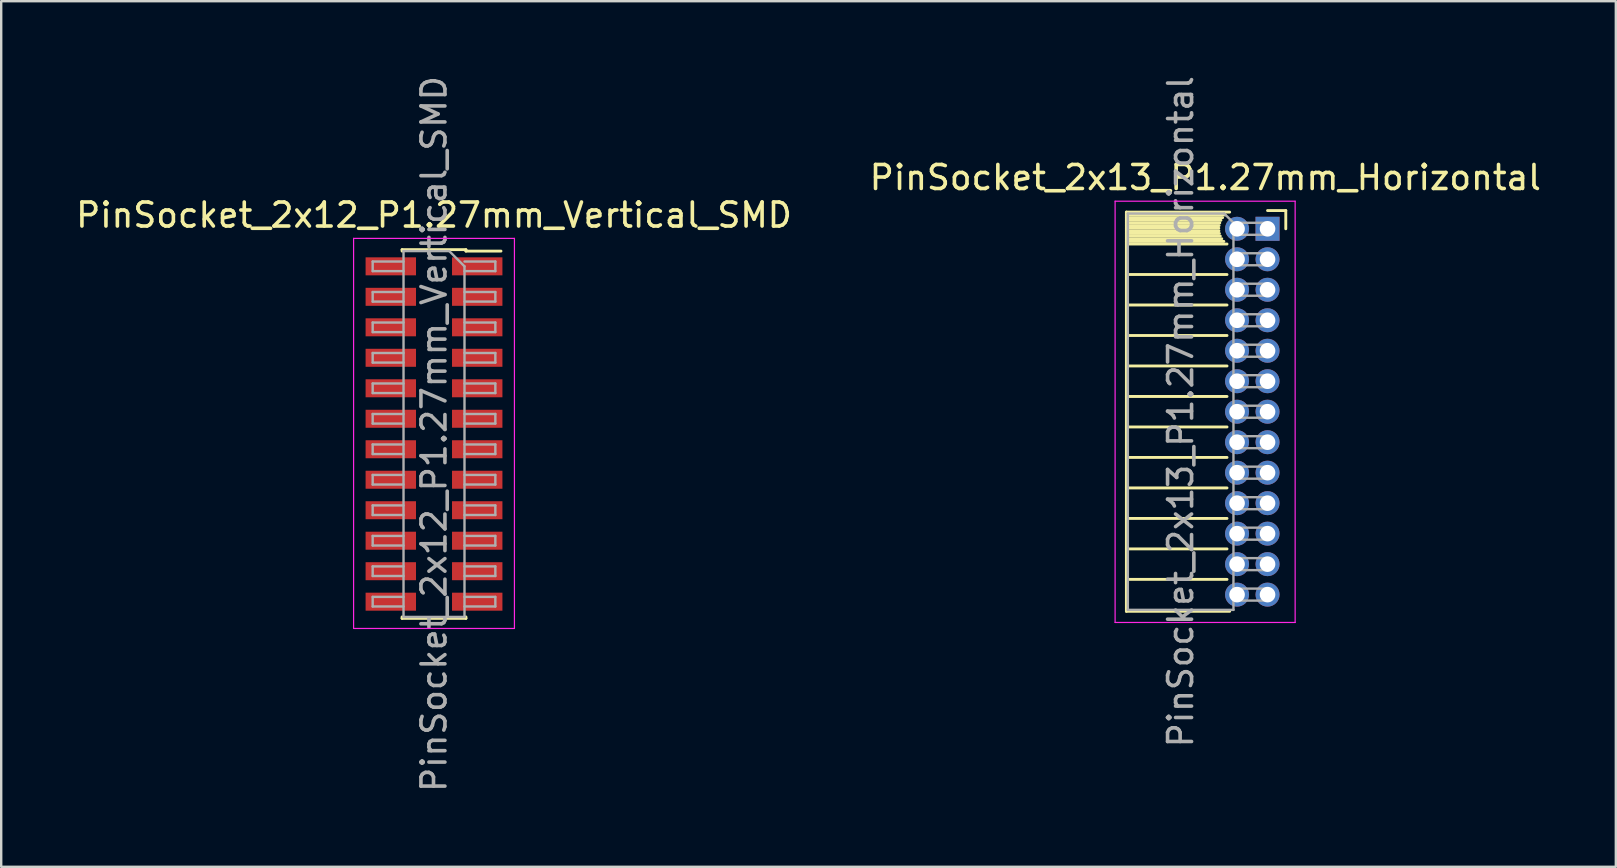
<source format=kicad_pcb>
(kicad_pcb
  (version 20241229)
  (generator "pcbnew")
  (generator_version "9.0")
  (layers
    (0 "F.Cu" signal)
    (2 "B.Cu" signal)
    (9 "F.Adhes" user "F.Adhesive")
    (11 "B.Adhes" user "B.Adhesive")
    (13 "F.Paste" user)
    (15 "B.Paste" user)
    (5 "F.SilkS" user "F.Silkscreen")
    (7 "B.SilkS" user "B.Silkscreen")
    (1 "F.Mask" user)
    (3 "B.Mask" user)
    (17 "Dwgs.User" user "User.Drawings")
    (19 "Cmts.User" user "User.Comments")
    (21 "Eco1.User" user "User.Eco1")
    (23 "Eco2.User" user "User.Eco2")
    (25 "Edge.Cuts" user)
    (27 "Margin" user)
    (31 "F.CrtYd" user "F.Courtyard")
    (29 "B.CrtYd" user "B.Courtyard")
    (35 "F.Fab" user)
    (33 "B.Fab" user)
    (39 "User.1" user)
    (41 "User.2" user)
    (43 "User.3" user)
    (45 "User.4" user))
  (footprint "PinSocket_2x13_P1.27mm_Horizontal"
    (layer "F.Cu")
    (at 49.753 6.481)
    (property "Reference" "PinSocket_2x13_P1.27mm_Horizontal" (at -2.592 -2.135 0) (layer "F.SilkS") (effects (font (size 1 1) (thickness 0.15))))
    (attr through_hole)
    (fp_line (start -5.88 -0.695) (end -5.88 15.935) (stroke (width 0.12) (type solid)) (layer "F.SilkS"))
    (fp_line (start -5.88 -0.695) (end -1.578 -0.695) (stroke (width 0.12) (type solid)) (layer "F.SilkS"))
    (fp_line (start -5.88 -0.575) (end -1.767 -0.575) (stroke (width 0.12) (type solid)) (layer "F.SilkS"))
    (fp_line (start -5.88 -0.465) (end -1.871 -0.465) (stroke (width 0.12) (type solid)) (layer "F.SilkS"))
    (fp_line (start -5.88 -0.355) (end -1.942 -0.355) (stroke (width 0.12) (type solid)) (layer "F.SilkS"))
    (fp_line (start -5.88 -0.245) (end -1.989 -0.245) (stroke (width 0.12) (type solid)) (layer "F.SilkS"))
    (fp_line (start -5.88 -0.135) (end -2.018 -0.135) (stroke (width 0.12) (type solid)) (layer "F.SilkS"))
    (fp_line (start -5.88 -0.025) (end -2.03 -0.025) (stroke (width 0.12) (type solid)) (layer "F.SilkS"))
    (fp_line (start -5.88 0.085) (end -2.025 0.085) (stroke (width 0.12) (type solid)) (layer "F.SilkS"))
    (fp_line (start -5.88 0.195) (end -2.005 0.195) (stroke (width 0.12) (type solid)) (layer "F.SilkS"))
    (fp_line (start -5.88 0.305) (end -1.966 0.305) (stroke (width 0.12) (type solid)) (layer "F.SilkS"))
    (fp_line (start -5.88 0.415) (end -1.907 0.415) (stroke (width 0.12) (type solid)) (layer "F.SilkS"))
    (fp_line (start -5.88 0.525) (end -1.82 0.525) (stroke (width 0.12) (type solid)) (layer "F.SilkS"))
    (fp_line (start -5.88 0.635) (end -1.688 0.635) (stroke (width 0.12) (type solid)) (layer "F.SilkS"))
    (fp_line (start -5.88 1.905) (end -1.688 1.905) (stroke (width 0.12) (type solid)) (layer "F.SilkS"))
    (fp_line (start -5.88 3.175) (end -1.688 3.175) (stroke (width 0.12) (type solid)) (layer "F.SilkS"))
    (fp_line (start -5.88 4.445) (end -1.688 4.445) (stroke (width 0.12) (type solid)) (layer "F.SilkS"))
    (fp_line (start -5.88 5.715) (end -1.688 5.715) (stroke (width 0.12) (type solid)) (layer "F.SilkS"))
    (fp_line (start -5.88 6.985) (end -1.688 6.985) (stroke (width 0.12) (type solid)) (layer "F.SilkS"))
    (fp_line (start -5.88 8.255) (end -1.688 8.255) (stroke (width 0.12) (type solid)) (layer "F.SilkS"))
    (fp_line (start -5.88 9.525) (end -1.688 9.525) (stroke (width 0.12) (type solid)) (layer "F.SilkS"))
    (fp_line (start -5.88 10.795) (end -1.688 10.795) (stroke (width 0.12) (type solid)) (layer "F.SilkS"))
    (fp_line (start -5.88 12.065) (end -1.688 12.065) (stroke (width 0.12) (type solid)) (layer "F.SilkS"))
    (fp_line (start -5.88 13.335) (end -1.688 13.335) (stroke (width 0.12) (type solid)) (layer "F.SilkS"))
    (fp_line (start -5.88 14.605) (end -1.688 14.605) (stroke (width 0.12) (type solid)) (layer "F.SilkS"))
    (fp_line (start -5.88 15.935) (end -1.578 15.935) (stroke (width 0.12) (type solid)) (layer "F.SilkS"))
    (fp_line (start 0 -0.76) (end 0.76 -0.76) (stroke (width 0.12) (type solid)) (layer "F.SilkS"))
    (fp_line (start 0.76 -0.76) (end 0.76 0) (stroke (width 0.12) (type solid)) (layer "F.SilkS"))
    (fp_line (start -6.35 -1.15) (end -6.35 16.4) (stroke (width 0.05) (type solid)) (layer "F.CrtYd"))
    (fp_line (start -6.35 16.4) (end 1.15 16.4) (stroke (width 0.05) (type solid)) (layer "F.CrtYd"))
    (fp_line (start 1.15 -1.15) (end -6.35 -1.15) (stroke (width 0.05) (type solid)) (layer "F.CrtYd"))
    (fp_line (start 1.15 16.4) (end 1.15 -1.15) (stroke (width 0.05) (type solid)) (layer "F.CrtYd"))
    (fp_line (start -5.82 -0.635) (end -1.805 -0.635) (stroke (width 0.1) (type solid)) (layer "F.Fab"))
    (fp_line (start -5.82 15.875) (end -5.82 -0.635) (stroke (width 0.1) (type solid)) (layer "F.Fab"))
    (fp_line (start -1.805 -0.635) (end -1.42 -0.25) (stroke (width 0.1) (type solid)) (layer "F.Fab"))
    (fp_line (start -1.42 -0.25) (end -1.42 15.875) (stroke (width 0.1) (type solid)) (layer "F.Fab"))
    (fp_line (start -1.42 0.25) (end 0 0.25) (stroke (width 0.1) (type solid)) (layer "F.Fab"))
    (fp_line (start -1.42 1.52) (end 0 1.52) (stroke (width 0.1) (type solid)) (layer "F.Fab"))
    (fp_line (start -1.42 2.79) (end 0 2.79) (stroke (width 0.1) (type solid)) (layer "F.Fab"))
    (fp_line (start -1.42 4.06) (end 0 4.06) (stroke (width 0.1) (type solid)) (layer "F.Fab"))
    (fp_line (start -1.42 5.33) (end 0 5.33) (stroke (width 0.1) (type solid)) (layer "F.Fab"))
    (fp_line (start -1.42 6.6) (end 0 6.6) (stroke (width 0.1) (type solid)) (layer "F.Fab"))
    (fp_line (start -1.42 7.87) (end 0 7.87) (stroke (width 0.1) (type solid)) (layer "F.Fab"))
    (fp_line (start -1.42 9.14) (end 0 9.14) (stroke (width 0.1) (type solid)) (layer "F.Fab"))
    (fp_line (start -1.42 10.41) (end 0 10.41) (stroke (width 0.1) (type solid)) (layer "F.Fab"))
    (fp_line (start -1.42 11.68) (end 0 11.68) (stroke (width 0.1) (type solid)) (layer "F.Fab"))
    (fp_line (start -1.42 12.95) (end 0 12.95) (stroke (width 0.1) (type solid)) (layer "F.Fab"))
    (fp_line (start -1.42 14.22) (end 0 14.22) (stroke (width 0.1) (type solid)) (layer "F.Fab"))
    (fp_line (start -1.42 15.49) (end 0 15.49) (stroke (width 0.1) (type solid)) (layer "F.Fab"))
    (fp_line (start -1.42 15.875) (end -5.82 15.875) (stroke (width 0.1) (type solid)) (layer "F.Fab"))
    (fp_line (start 0 -0.25) (end -1.42 -0.25) (stroke (width 0.1) (type solid)) (layer "F.Fab"))
    (fp_line (start 0 0.25) (end 0 -0.25) (stroke (width 0.1) (type solid)) (layer "F.Fab"))
    (fp_line (start 0 1.02) (end -1.42 1.02) (stroke (width 0.1) (type solid)) (layer "F.Fab"))
    (fp_line (start 0 1.52) (end 0 1.02) (stroke (width 0.1) (type solid)) (layer "F.Fab"))
    (fp_line (start 0 2.29) (end -1.42 2.29) (stroke (width 0.1) (type solid)) (layer "F.Fab"))
    (fp_line (start 0 2.79) (end 0 2.29) (stroke (width 0.1) (type solid)) (layer "F.Fab"))
    (fp_line (start 0 3.56) (end -1.42 3.56) (stroke (width 0.1) (type solid)) (layer "F.Fab"))
    (fp_line (start 0 4.06) (end 0 3.56) (stroke (width 0.1) (type solid)) (layer "F.Fab"))
    (fp_line (start 0 4.83) (end -1.42 4.83) (stroke (width 0.1) (type solid)) (layer "F.Fab"))
    (fp_line (start 0 5.33) (end 0 4.83) (stroke (width 0.1) (type solid)) (layer "F.Fab"))
    (fp_line (start 0 6.1) (end -1.42 6.1) (stroke (width 0.1) (type solid)) (layer "F.Fab"))
    (fp_line (start 0 6.6) (end 0 6.1) (stroke (width 0.1) (type solid)) (layer "F.Fab"))
    (fp_line (start 0 7.37) (end -1.42 7.37) (stroke (width 0.1) (type solid)) (layer "F.Fab"))
    (fp_line (start 0 7.87) (end 0 7.37) (stroke (width 0.1) (type solid)) (layer "F.Fab"))
    (fp_line (start 0 8.64) (end -1.42 8.64) (stroke (width 0.1) (type solid)) (layer "F.Fab"))
    (fp_line (start 0 9.14) (end 0 8.64) (stroke (width 0.1) (type solid)) (layer "F.Fab"))
    (fp_line (start 0 9.91) (end -1.42 9.91) (stroke (width 0.1) (type solid)) (layer "F.Fab"))
    (fp_line (start 0 10.41) (end 0 9.91) (stroke (width 0.1) (type solid)) (layer "F.Fab"))
    (fp_line (start 0 11.18) (end -1.42 11.18) (stroke (width 0.1) (type solid)) (layer "F.Fab"))
    (fp_line (start 0 11.68) (end 0 11.18) (stroke (width 0.1) (type solid)) (layer "F.Fab"))
    (fp_line (start 0 12.45) (end -1.42 12.45) (stroke (width 0.1) (type solid)) (layer "F.Fab"))
    (fp_line (start 0 12.95) (end 0 12.45) (stroke (width 0.1) (type solid)) (layer "F.Fab"))
    (fp_line (start 0 13.72) (end -1.42 13.72) (stroke (width 0.1) (type solid)) (layer "F.Fab"))
    (fp_line (start 0 14.22) (end 0 13.72) (stroke (width 0.1) (type solid)) (layer "F.Fab"))
    (fp_line (start 0 14.99) (end -1.42 14.99) (stroke (width 0.1) (type solid)) (layer "F.Fab"))
    (fp_line (start 0 15.49) (end 0 14.99) (stroke (width 0.1) (type solid)) (layer "F.Fab"))
    (fp_text user "${REFERENCE}" (at -3.62 7.62 90) (layer "F.Fab") (effects (font (size 1 1) (thickness 0.15))))
    (pad "1" thru_hole rect (at 0 0) (size 1 1) (drill 0.65) (layers "*.Cu" "*.Mask"))
    (pad "2" thru_hole oval (at -1.27 0) (size 1 1) (drill 0.65) (layers "*.Cu" "*.Mask"))
    (pad "3" thru_hole oval (at 0 1.27) (size 1 1) (drill 0.65) (layers "*.Cu" "*.Mask"))
    (pad "4" thru_hole oval (at -1.27 1.27) (size 1 1) (drill 0.65) (layers "*.Cu" "*.Mask"))
    (pad "5" thru_hole oval (at 0 2.54) (size 1 1) (drill 0.65) (layers "*.Cu" "*.Mask"))
    (pad "6" thru_hole oval (at -1.27 2.54) (size 1 1) (drill 0.65) (layers "*.Cu" "*.Mask"))
    (pad "7" thru_hole oval (at 0 3.81) (size 1 1) (drill 0.65) (layers "*.Cu" "*.Mask"))
    (pad "8" thru_hole oval (at -1.27 3.81) (size 1 1) (drill 0.65) (layers "*.Cu" "*.Mask"))
    (pad "9" thru_hole oval (at 0 5.08) (size 1 1) (drill 0.65) (layers "*.Cu" "*.Mask"))
    (pad "10" thru_hole oval (at -1.27 5.08) (size 1 1) (drill 0.65) (layers "*.Cu" "*.Mask"))
    (pad "11" thru_hole oval (at 0 6.35) (size 1 1) (drill 0.65) (layers "*.Cu" "*.Mask"))
    (pad "12" thru_hole oval (at -1.27 6.35) (size 1 1) (drill 0.65) (layers "*.Cu" "*.Mask"))
    (pad "13" thru_hole oval (at 0 7.62) (size 1 1) (drill 0.65) (layers "*.Cu" "*.Mask"))
    (pad "14" thru_hole oval (at -1.27 7.62) (size 1 1) (drill 0.65) (layers "*.Cu" "*.Mask"))
    (pad "15" thru_hole oval (at 0 8.89) (size 1 1) (drill 0.65) (layers "*.Cu" "*.Mask"))
    (pad "16" thru_hole oval (at -1.27 8.89) (size 1 1) (drill 0.65) (layers "*.Cu" "*.Mask"))
    (pad "17" thru_hole oval (at 0 10.16) (size 1 1) (drill 0.65) (layers "*.Cu" "*.Mask"))
    (pad "18" thru_hole oval (at -1.27 10.16) (size 1 1) (drill 0.65) (layers "*.Cu" "*.Mask"))
    (pad "19" thru_hole oval (at 0 11.43) (size 1 1) (drill 0.65) (layers "*.Cu" "*.Mask"))
    (pad "20" thru_hole oval (at -1.27 11.43) (size 1 1) (drill 0.65) (layers "*.Cu" "*.Mask"))
    (pad "21" thru_hole oval (at 0 12.7) (size 1 1) (drill 0.65) (layers "*.Cu" "*.Mask"))
    (pad "22" thru_hole oval (at -1.27 12.7) (size 1 1) (drill 0.65) (layers "*.Cu" "*.Mask"))
    (pad "23" thru_hole oval (at 0 13.97) (size 1 1) (drill 0.65) (layers "*.Cu" "*.Mask"))
    (pad "24" thru_hole oval (at -1.27 13.97) (size 1 1) (drill 0.65) (layers "*.Cu" "*.Mask"))
    (pad "25" thru_hole oval (at 0 15.24) (size 1 1) (drill 0.65) (layers "*.Cu" "*.Mask"))
    (pad "26" thru_hole oval (at -1.27 15.24) (size 1 1) (drill 0.65) (layers "*.Cu" "*.Mask")))
  (footprint "PinSocket_2x12_P1.27mm_Vertical_SMD"
    (layer "F.Cu")
    (at 15.03 15.03)
    (property "Reference" "PinSocket_2x12_P1.27mm_Vertical_SMD" (at 0 -9.12 0) (layer "F.SilkS") (effects (font (size 1 1) (thickness 0.15))))
    (attr smd)
    (fp_line (start -1.33 -7.68) (end -1.33 -7.62) (stroke (width 0.12) (type solid)) (layer "F.SilkS"))
    (fp_line (start -1.33 -7.68) (end 1.33 -7.68) (stroke (width 0.12) (type solid)) (layer "F.SilkS"))
    (fp_line (start -1.33 7.62) (end -1.33 7.68) (stroke (width 0.12) (type solid)) (layer "F.SilkS"))
    (fp_line (start -1.33 7.68) (end 1.33 7.68) (stroke (width 0.12) (type solid)) (layer "F.SilkS"))
    (fp_line (start 1.33 -7.68) (end 1.33 -7.62) (stroke (width 0.12) (type solid)) (layer "F.SilkS"))
    (fp_line (start 1.33 -7.62) (end 2.79 -7.62) (stroke (width 0.12) (type solid)) (layer "F.SilkS"))
    (fp_line (start 1.33 7.62) (end 1.33 7.68) (stroke (width 0.12) (type solid)) (layer "F.SilkS"))
    (fp_line (start -3.35 -8.15) (end 3.35 -8.15) (stroke (width 0.05) (type solid)) (layer "F.CrtYd"))
    (fp_line (start -3.35 8.1) (end -3.35 -8.15) (stroke (width 0.05) (type solid)) (layer "F.CrtYd"))
    (fp_line (start 3.35 -8.15) (end 3.35 8.1) (stroke (width 0.05) (type solid)) (layer "F.CrtYd"))
    (fp_line (start 3.35 8.1) (end -3.35 8.1) (stroke (width 0.05) (type solid)) (layer "F.CrtYd"))
    (fp_line (start -2.555 -7.185) (end -1.27 -7.185) (stroke (width 0.1) (type solid)) (layer "F.Fab"))
    (fp_line (start -2.555 -6.785) (end -2.555 -7.185) (stroke (width 0.1) (type solid)) (layer "F.Fab"))
    (fp_line (start -2.555 -5.915) (end -1.27 -5.915) (stroke (width 0.1) (type solid)) (layer "F.Fab"))
    (fp_line (start -2.555 -5.515) (end -2.555 -5.915) (stroke (width 0.1) (type solid)) (layer "F.Fab"))
    (fp_line (start -2.555 -4.645) (end -1.27 -4.645) (stroke (width 0.1) (type solid)) (layer "F.Fab"))
    (fp_line (start -2.555 -4.245) (end -2.555 -4.645) (stroke (width 0.1) (type solid)) (layer "F.Fab"))
    (fp_line (start -2.555 -3.375) (end -1.27 -3.375) (stroke (width 0.1) (type solid)) (layer "F.Fab"))
    (fp_line (start -2.555 -2.975) (end -2.555 -3.375) (stroke (width 0.1) (type solid)) (layer "F.Fab"))
    (fp_line (start -2.555 -2.105) (end -1.27 -2.105) (stroke (width 0.1) (type solid)) (layer "F.Fab"))
    (fp_line (start -2.555 -1.705) (end -2.555 -2.105) (stroke (width 0.1) (type solid)) (layer "F.Fab"))
    (fp_line (start -2.555 -0.835) (end -1.27 -0.835) (stroke (width 0.1) (type solid)) (layer "F.Fab"))
    (fp_line (start -2.555 -0.435) (end -2.555 -0.835) (stroke (width 0.1) (type solid)) (layer "F.Fab"))
    (fp_line (start -2.555 0.435) (end -1.27 0.435) (stroke (width 0.1) (type solid)) (layer "F.Fab"))
    (fp_line (start -2.555 0.835) (end -2.555 0.435) (stroke (width 0.1) (type solid)) (layer "F.Fab"))
    (fp_line (start -2.555 1.705) (end -1.27 1.705) (stroke (width 0.1) (type solid)) (layer "F.Fab"))
    (fp_line (start -2.555 2.105) (end -2.555 1.705) (stroke (width 0.1) (type solid)) (layer "F.Fab"))
    (fp_line (start -2.555 2.975) (end -1.27 2.975) (stroke (width 0.1) (type solid)) (layer "F.Fab"))
    (fp_line (start -2.555 3.375) (end -2.555 2.975) (stroke (width 0.1) (type solid)) (layer "F.Fab"))
    (fp_line (start -2.555 4.245) (end -1.27 4.245) (stroke (width 0.1) (type solid)) (layer "F.Fab"))
    (fp_line (start -2.555 4.645) (end -2.555 4.245) (stroke (width 0.1) (type solid)) (layer "F.Fab"))
    (fp_line (start -2.555 5.515) (end -1.27 5.515) (stroke (width 0.1) (type solid)) (layer "F.Fab"))
    (fp_line (start -2.555 5.915) (end -2.555 5.515) (stroke (width 0.1) (type solid)) (layer "F.Fab"))
    (fp_line (start -2.555 6.785) (end -1.27 6.785) (stroke (width 0.1) (type solid)) (layer "F.Fab"))
    (fp_line (start -2.555 7.185) (end -2.555 6.785) (stroke (width 0.1) (type solid)) (layer "F.Fab"))
    (fp_line (start -1.27 -7.62) (end 0.635 -7.62) (stroke (width 0.1) (type solid)) (layer "F.Fab"))
    (fp_line (start -1.27 -6.785) (end -2.555 -6.785) (stroke (width 0.1) (type solid)) (layer "F.Fab"))
    (fp_line (start -1.27 -5.515) (end -2.555 -5.515) (stroke (width 0.1) (type solid)) (layer "F.Fab"))
    (fp_line (start -1.27 -4.245) (end -2.555 -4.245) (stroke (width 0.1) (type solid)) (layer "F.Fab"))
    (fp_line (start -1.27 -2.975) (end -2.555 -2.975) (stroke (width 0.1) (type solid)) (layer "F.Fab"))
    (fp_line (start -1.27 -1.705) (end -2.555 -1.705) (stroke (width 0.1) (type solid)) (layer "F.Fab"))
    (fp_line (start -1.27 -0.435) (end -2.555 -0.435) (stroke (width 0.1) (type solid)) (layer "F.Fab"))
    (fp_line (start -1.27 0.835) (end -2.555 0.835) (stroke (width 0.1) (type solid)) (layer "F.Fab"))
    (fp_line (start -1.27 2.105) (end -2.555 2.105) (stroke (width 0.1) (type solid)) (layer "F.Fab"))
    (fp_line (start -1.27 3.375) (end -2.555 3.375) (stroke (width 0.1) (type solid)) (layer "F.Fab"))
    (fp_line (start -1.27 4.645) (end -2.555 4.645) (stroke (width 0.1) (type solid)) (layer "F.Fab"))
    (fp_line (start -1.27 5.915) (end -2.555 5.915) (stroke (width 0.1) (type solid)) (layer "F.Fab"))
    (fp_line (start -1.27 7.185) (end -2.555 7.185) (stroke (width 0.1) (type solid)) (layer "F.Fab"))
    (fp_line (start -1.27 7.62) (end -1.27 -7.62) (stroke (width 0.1) (type solid)) (layer "F.Fab"))
    (fp_line (start 0.635 -7.62) (end 1.27 -6.985) (stroke (width 0.1) (type solid)) (layer "F.Fab"))
    (fp_line (start 1.27 -7.185) (end 2.555 -7.185) (stroke (width 0.1) (type solid)) (layer "F.Fab"))
    (fp_line (start 1.27 -6.985) (end 1.27 7.62) (stroke (width 0.1) (type solid)) (layer "F.Fab"))
    (fp_line (start 1.27 -5.915) (end 2.555 -5.915) (stroke (width 0.1) (type solid)) (layer "F.Fab"))
    (fp_line (start 1.27 -4.645) (end 2.555 -4.645) (stroke (width 0.1) (type solid)) (layer "F.Fab"))
    (fp_line (start 1.27 -3.375) (end 2.555 -3.375) (stroke (width 0.1) (type solid)) (layer "F.Fab"))
    (fp_line (start 1.27 -2.105) (end 2.555 -2.105) (stroke (width 0.1) (type solid)) (layer "F.Fab"))
    (fp_line (start 1.27 -0.835) (end 2.555 -0.835) (stroke (width 0.1) (type solid)) (layer "F.Fab"))
    (fp_line (start 1.27 0.435) (end 2.555 0.435) (stroke (width 0.1) (type solid)) (layer "F.Fab"))
    (fp_line (start 1.27 1.705) (end 2.555 1.705) (stroke (width 0.1) (type solid)) (layer "F.Fab"))
    (fp_line (start 1.27 2.975) (end 2.555 2.975) (stroke (width 0.1) (type solid)) (layer "F.Fab"))
    (fp_line (start 1.27 4.245) (end 2.555 4.245) (stroke (width 0.1) (type solid)) (layer "F.Fab"))
    (fp_line (start 1.27 5.515) (end 2.555 5.515) (stroke (width 0.1) (type solid)) (layer "F.Fab"))
    (fp_line (start 1.27 6.785) (end 2.555 6.785) (stroke (width 0.1) (type solid)) (layer "F.Fab"))
    (fp_line (start 1.27 7.62) (end -1.27 7.62) (stroke (width 0.1) (type solid)) (layer "F.Fab"))
    (fp_line (start 2.555 -7.185) (end 2.555 -6.785) (stroke (width 0.1) (type solid)) (layer "F.Fab"))
    (fp_line (start 2.555 -6.785) (end 1.27 -6.785) (stroke (width 0.1) (type solid)) (layer "F.Fab"))
    (fp_line (start 2.555 -5.915) (end 2.555 -5.515) (stroke (width 0.1) (type solid)) (layer "F.Fab"))
    (fp_line (start 2.555 -5.515) (end 1.27 -5.515) (stroke (width 0.1) (type solid)) (layer "F.Fab"))
    (fp_line (start 2.555 -4.645) (end 2.555 -4.245) (stroke (width 0.1) (type solid)) (layer "F.Fab"))
    (fp_line (start 2.555 -4.245) (end 1.27 -4.245) (stroke (width 0.1) (type solid)) (layer "F.Fab"))
    (fp_line (start 2.555 -3.375) (end 2.555 -2.975) (stroke (width 0.1) (type solid)) (layer "F.Fab"))
    (fp_line (start 2.555 -2.975) (end 1.27 -2.975) (stroke (width 0.1) (type solid)) (layer "F.Fab"))
    (fp_line (start 2.555 -2.105) (end 2.555 -1.705) (stroke (width 0.1) (type solid)) (layer "F.Fab"))
    (fp_line (start 2.555 -1.705) (end 1.27 -1.705) (stroke (width 0.1) (type solid)) (layer "F.Fab"))
    (fp_line (start 2.555 -0.835) (end 2.555 -0.435) (stroke (width 0.1) (type solid)) (layer "F.Fab"))
    (fp_line (start 2.555 -0.435) (end 1.27 -0.435) (stroke (width 0.1) (type solid)) (layer "F.Fab"))
    (fp_line (start 2.555 0.435) (end 2.555 0.835) (stroke (width 0.1) (type solid)) (layer "F.Fab"))
    (fp_line (start 2.555 0.835) (end 1.27 0.835) (stroke (width 0.1) (type solid)) (layer "F.Fab"))
    (fp_line (start 2.555 1.705) (end 2.555 2.105) (stroke (width 0.1) (type solid)) (layer "F.Fab"))
    (fp_line (start 2.555 2.105) (end 1.27 2.105) (stroke (width 0.1) (type solid)) (layer "F.Fab"))
    (fp_line (start 2.555 2.975) (end 2.555 3.375) (stroke (width 0.1) (type solid)) (layer "F.Fab"))
    (fp_line (start 2.555 3.375) (end 1.27 3.375) (stroke (width 0.1) (type solid)) (layer "F.Fab"))
    (fp_line (start 2.555 4.245) (end 2.555 4.645) (stroke (width 0.1) (type solid)) (layer "F.Fab"))
    (fp_line (start 2.555 4.645) (end 1.27 4.645) (stroke (width 0.1) (type solid)) (layer "F.Fab"))
    (fp_line (start 2.555 5.515) (end 2.555 5.915) (stroke (width 0.1) (type solid)) (layer "F.Fab"))
    (fp_line (start 2.555 5.915) (end 1.27 5.915) (stroke (width 0.1) (type solid)) (layer "F.Fab"))
    (fp_line (start 2.555 6.785) (end 2.555 7.185) (stroke (width 0.1) (type solid)) (layer "F.Fab"))
    (fp_line (start 2.555 7.185) (end 1.27 7.185) (stroke (width 0.1) (type solid)) (layer "F.Fab"))
    (fp_text user "${REFERENCE}" (at 0 0 90) (layer "F.Fab") (effects (font (size 1 1) (thickness 0.15))))
    (pad "1" smd rect (at 1.8 -6.985) (size 2.1 0.75) (layers "F.Cu" "F.Mask" "F.Paste"))
    (pad "2" smd rect (at -1.8 -6.985) (size 2.1 0.75) (layers "F.Cu" "F.Mask" "F.Paste"))
    (pad "3" smd rect (at 1.8 -5.715) (size 2.1 0.75) (layers "F.Cu" "F.Mask" "F.Paste"))
    (pad "4" smd rect (at -1.8 -5.715) (size 2.1 0.75) (layers "F.Cu" "F.Mask" "F.Paste"))
    (pad "5" smd rect (at 1.8 -4.445) (size 2.1 0.75) (layers "F.Cu" "F.Mask" "F.Paste"))
    (pad "6" smd rect (at -1.8 -4.445) (size 2.1 0.75) (layers "F.Cu" "F.Mask" "F.Paste"))
    (pad "7" smd rect (at 1.8 -3.175) (size 2.1 0.75) (layers "F.Cu" "F.Mask" "F.Paste"))
    (pad "8" smd rect (at -1.8 -3.175) (size 2.1 0.75) (layers "F.Cu" "F.Mask" "F.Paste"))
    (pad "9" smd rect (at 1.8 -1.905) (size 2.1 0.75) (layers "F.Cu" "F.Mask" "F.Paste"))
    (pad "10" smd rect (at -1.8 -1.905) (size 2.1 0.75) (layers "F.Cu" "F.Mask" "F.Paste"))
    (pad "11" smd rect (at 1.8 -0.635) (size 2.1 0.75) (layers "F.Cu" "F.Mask" "F.Paste"))
    (pad "12" smd rect (at -1.8 -0.635) (size 2.1 0.75) (layers "F.Cu" "F.Mask" "F.Paste"))
    (pad "13" smd rect (at 1.8 0.635) (size 2.1 0.75) (layers "F.Cu" "F.Mask" "F.Paste"))
    (pad "14" smd rect (at -1.8 0.635) (size 2.1 0.75) (layers "F.Cu" "F.Mask" "F.Paste"))
    (pad "15" smd rect (at 1.8 1.905) (size 2.1 0.75) (layers "F.Cu" "F.Mask" "F.Paste"))
    (pad "16" smd rect (at -1.8 1.905) (size 2.1 0.75) (layers "F.Cu" "F.Mask" "F.Paste"))
    (pad "17" smd rect (at 1.8 3.175) (size 2.1 0.75) (layers "F.Cu" "F.Mask" "F.Paste"))
    (pad "18" smd rect (at -1.8 3.175) (size 2.1 0.75) (layers "F.Cu" "F.Mask" "F.Paste"))
    (pad "19" smd rect (at 1.8 4.445) (size 2.1 0.75) (layers "F.Cu" "F.Mask" "F.Paste"))
    (pad "20" smd rect (at -1.8 4.445) (size 2.1 0.75) (layers "F.Cu" "F.Mask" "F.Paste"))
    (pad "21" smd rect (at 1.8 5.715) (size 2.1 0.75) (layers "F.Cu" "F.Mask" "F.Paste"))
    (pad "22" smd rect (at -1.8 5.715) (size 2.1 0.75) (layers "F.Cu" "F.Mask" "F.Paste"))
    (pad "23" smd rect (at 1.8 6.985) (size 2.1 0.75) (layers "F.Cu" "F.Mask" "F.Paste"))
    (pad "24" smd rect (at -1.8 6.985) (size 2.1 0.75) (layers "F.Cu" "F.Mask" "F.Paste")))
  (gr_rect
    (start -3 -3)
    (end 64.262 33.06)
    (stroke (width 0.1) (type default))
    (fill no)
    (layer "Edge.Cuts")))
</source>
